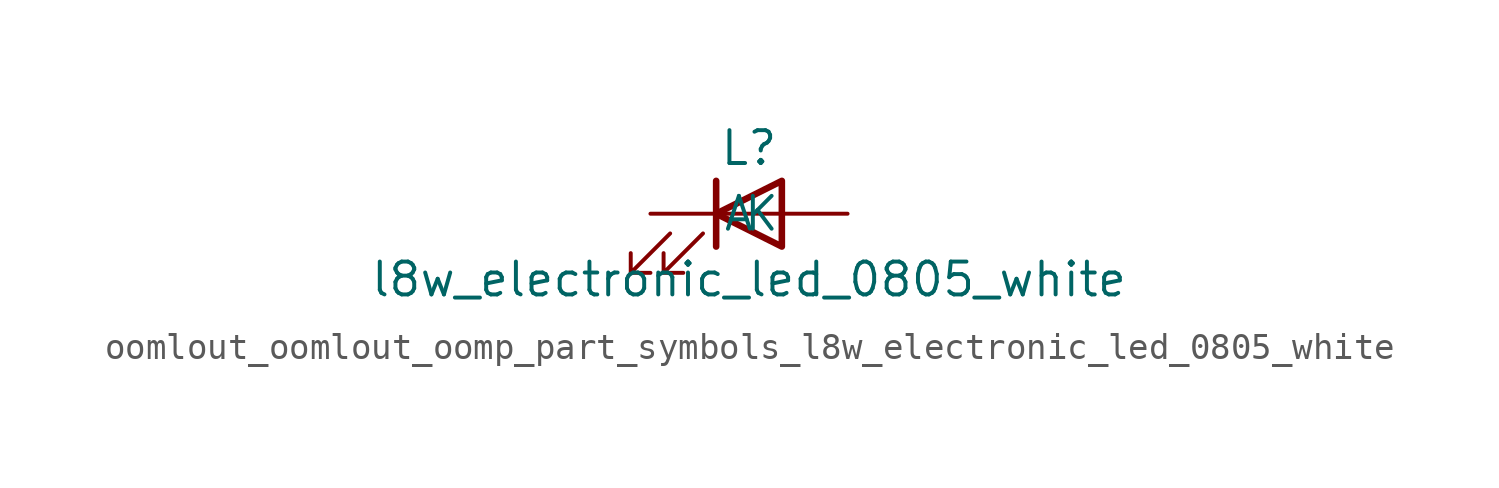
<source format=kicad_sym>
(kicad_symbol_lib
  (version 20220914)
  (generator kicad_symbol_editor)
  (symbol "oomlout_oomlout_oomp_part_symbols_l8w_electronic_led_0805_white"
    (pin_numbers hide)
    (pin_names
      (offset 1.016))
    (property "Reference" "L"
      (at 0 2.54 0)
      (effects (font (size 1.27 1.27))))
    (property "Value" "l8w_electronic_led_0805_white"
      (at 0 -2.54 0)
      (effects (font (size 1.27 1.27))))
    (symbol "oomlout_oomlout_oomp_part_symbols_l8w_electronic_led_0805_white_0_1"
      (polyline (pts (xy -1.27 -1.27) (xy -1.27 1.27)) (stroke (width 0.254) (type default)) (fill (type none)))
      (polyline (pts (xy -1.27 0) (xy 1.27 0)) (stroke (width 0) (type default)) (fill (type none)))
      (polyline (pts (xy 1.27 -1.27) (xy 1.27 1.27) (xy -1.27 0) (xy 1.27 -1.27)) (stroke (width 0.254) (type default)) (fill (type none)))
      (polyline (pts (xy -3.048 -0.762) (xy -4.572 -2.286) (xy -3.81 -2.286) (xy -4.572 -2.286) (xy -4.572 -1.524)) (stroke (width 0) (type default)) (fill (type none)))
      (polyline (pts (xy -1.778 -0.762) (xy -3.302 -2.286) (xy -2.54 -2.286) (xy -3.302 -2.286) (xy -3.302 -1.524)) (stroke (width 0) (type default)) (fill (type none))))
    (symbol "oomlout_oomlout_oomp_part_symbols_l8w_electronic_led_0805_white_1_1"
      (pin passive line (at -3.81 0 0) (length 2.54) (name "K" (effects (font (size 1.27 1.27)))) (number "1" (effects (font (size 1.27 1.27)))))
      (pin passive line (at 3.81 0 180) (length 2.54) (name "A" (effects (font (size 1.27 1.27)))) (number "2" (effects (font (size 1.27 1.27))))))))
</source>
